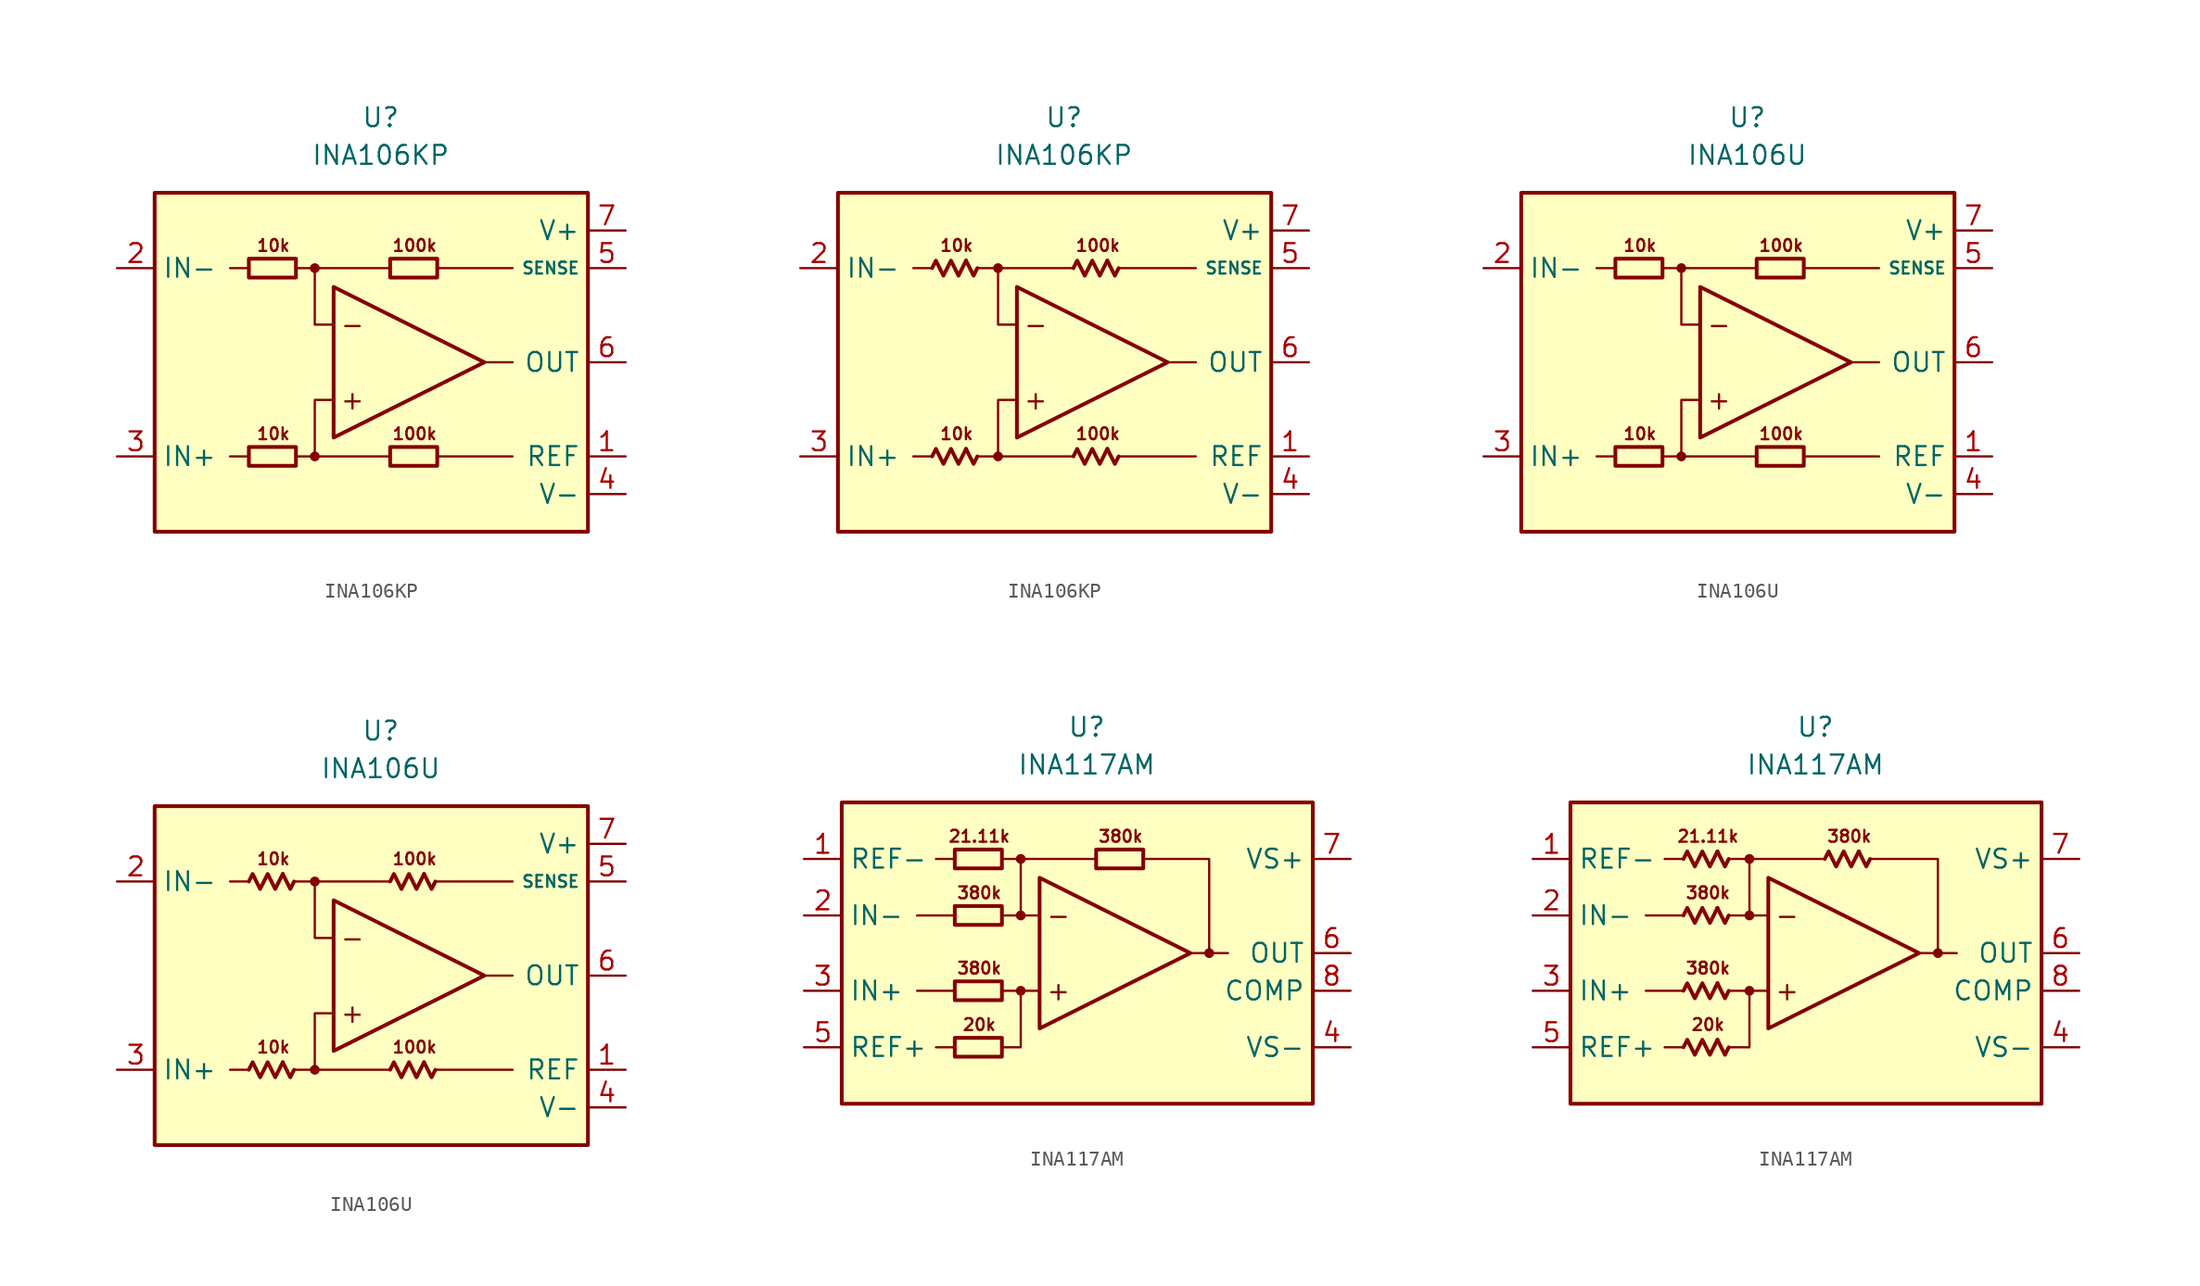
<source format=kicad_sym>
(kicad_symbol_lib
  (version 20231120)
  (generator "kicad_symbol_editor")
  (generator_version "8.0")
  (symbol "INA106KP"
    (property "Reference" "U"
      (at 0 16.51 0)
      (effects (font (size 1.27 1.27))))
    (property "Value" "INA106KP"
      (at 0 13.97 0)
      (effects (font (size 1.27 1.27))))
    (symbol "INA106KP_0_0"
      (rectangle (start -15.24 11.43) (end 13.97 -11.43) (stroke (width 0.254) (type default)) (fill (type background)))
      (circle (center -4.445 -6.35) (radius 0.254) (stroke (width 0.152) (type default)) (fill (type outline)))
      (circle (center -4.445 6.35) (radius 0.254) (stroke (width 0.152) (type default)) (fill (type outline)))
      (polyline (pts (xy -8.89 -6.35) (xy -10.16 -6.35)) (stroke (width 0.152) (type default)) (fill (type none)))
      (polyline (pts (xy -8.89 6.35) (xy -10.16 6.35)) (stroke (width 0.152) (type default)) (fill (type none)))
      (polyline (pts (xy -4.445 6.35) (xy 0.635 6.35)) (stroke (width 0.152) (type default)) (fill (type none)))
      (polyline (pts (xy 0.635 -6.35) (xy -4.445 -6.35)) (stroke (width 0.152) (type default)) (fill (type none)))
      (polyline (pts (xy 3.81 -6.35) (xy 8.89 -6.35)) (stroke (width 0.152) (type default)) (fill (type none)))
      (polyline (pts (xy 3.81 6.35) (xy 8.89 6.35)) (stroke (width 0.152) (type default)) (fill (type none)))
      (polyline (pts (xy 8.89 0) (xy 6.985 0)) (stroke (width 0.152) (type default)) (fill (type none)))
      (polyline (pts (xy -5.715 -6.35) (xy -4.445 -6.35) (xy -4.445 -2.54) (xy -3.175 -2.54)) (stroke (width 0.152) (type default)) (fill (type none)))
      (polyline (pts (xy -3.175 2.54) (xy -4.445 2.54) (xy -4.445 6.35) (xy -5.715 6.35)) (stroke (width 0.152) (type default)) (fill (type none)))
      (polyline (pts (xy -3.175 5.08) (xy -3.175 -5.08) (xy 6.985 0) (xy -3.175 5.08)) (stroke (width 0.254) (type default)) (fill (type none)))
      (text "+" (at -1.905 -2.54 0) (effects (font (size 1.27 1.27))))
      (text "-" (at -1.905 2.54 0) (effects (font (size 1.27 1.27))))
      (text "100k" (at 2.286 -4.826 0) (effects (font (size 0.8 0.8))))
      (text "100k" (at 2.286 7.874 0) (effects (font (size 0.8 0.8))))
      (text "10k" (at -7.239 -4.826 0) (effects (font (size 0.8 0.8))))
      (text "10k" (at -7.239 7.874 0) (effects (font (size 0.8 0.8)))))
    (symbol "INA106KP_0_1"
      (rectangle (start -8.89 -5.715) (end -5.715 -6.985) (stroke (width 0.254) (type default)) (fill (type none)))
      (rectangle (start -8.89 6.985) (end -5.715 5.715) (stroke (width 0.254) (type default)) (fill (type none)))
      (rectangle (start 0.635 -5.715) (end 3.81 -6.985) (stroke (width 0.254) (type default)) (fill (type none)))
      (rectangle (start 0.635 6.985) (end 3.81 5.715) (stroke (width 0.254) (type default)) (fill (type none))))
    (symbol "INA106KP_0_2"
      (polyline (pts (xy -6.604 -5.842) (xy -6.096 -6.858) (xy -5.842 -6.35)) (stroke (width 0.254) (type default)) (fill (type none)))
      (polyline (pts (xy -6.604 6.858) (xy -6.096 5.842) (xy -5.842 6.35)) (stroke (width 0.254) (type default)) (fill (type none)))
      (polyline (pts (xy 2.921 -5.842) (xy 3.429 -6.858) (xy 3.683 -6.35)) (stroke (width 0.254) (type default)) (fill (type none)))
      (polyline (pts (xy 2.921 6.858) (xy 3.429 5.842) (xy 3.683 6.35)) (stroke (width 0.254) (type default)) (fill (type none)))
      (polyline (pts (xy -8.89 -6.35) (xy -8.636 -5.842) (xy -8.128 -6.858) (xy -7.62 -5.842) (xy -7.112 -6.858) (xy -6.604 -5.842)) (stroke (width 0.254) (type default)) (fill (type none)))
      (polyline (pts (xy -8.89 6.35) (xy -8.636 6.858) (xy -8.128 5.842) (xy -7.62 6.858) (xy -7.112 5.842) (xy -6.604 6.858)) (stroke (width 0.254) (type default)) (fill (type none)))
      (polyline (pts (xy 0.635 -6.35) (xy 0.889 -5.842) (xy 1.397 -6.858) (xy 1.905 -5.842) (xy 2.413 -6.858) (xy 2.921 -5.842)) (stroke (width 0.254) (type default)) (fill (type none)))
      (polyline (pts (xy 0.635 6.35) (xy 0.889 6.858) (xy 1.397 5.842) (xy 1.905 6.858) (xy 2.413 5.842) (xy 2.921 6.858)) (stroke (width 0.254) (type default)) (fill (type none))))
    (symbol "INA106KP_1_1"
      (pin input line (at 16.51 -6.35 180) (length 2.54) (name "REF" (effects (font (size 1.27 1.27)))) (number "1" (effects (font (size 1.27 1.27)))))
      (pin input line (at -17.78 6.35 0) (length 2.54) (name "IN-" (effects (font (size 1.27 1.27)))) (number "2" (effects (font (size 1.27 1.27)))))
      (pin input line (at -17.78 -6.35 0) (length 2.54) (name "IN+" (effects (font (size 1.27 1.27)))) (number "3" (effects (font (size 1.27 1.27)))))
      (pin power_in line (at 16.51 -8.89 180) (length 2.54) (name "V-" (effects (font (size 1.27 1.27)))) (number "4" (effects (font (size 1.27 1.27)))))
      (pin input line (at 16.51 6.35 180) (length 2.54) (name "SENSE" (effects (font (size 0.8 0.8)))) (number "5" (effects (font (size 1.27 1.27)))))
      (pin output line (at 16.51 0 180) (length 2.54) (name "OUT" (effects (font (size 1.27 1.27)))) (number "6" (effects (font (size 1.27 1.27)))))
      (pin power_in line (at 16.51 8.89 180) (length 2.54) (name "V+" (effects (font (size 1.27 1.27)))) (number "7" (effects (font (size 1.27 1.27)))))
      (pin free line (at -10.16 0 0) (length 2.54) hide (name "NC" (effects (font (size 1.27 1.27)))) (number "8" (effects (font (size 1.27 1.27))))))
    (symbol "INA106KP_1_2"
      (pin input line (at 16.51 -6.35 180) (length 2.54) (name "REF" (effects (font (size 1.27 1.27)))) (number "1" (effects (font (size 1.27 1.27)))))
      (pin input line (at -17.78 6.35 0) (length 2.54) (name "IN-" (effects (font (size 1.27 1.27)))) (number "2" (effects (font (size 1.27 1.27)))))
      (pin input line (at -17.78 -6.35 0) (length 2.54) (name "IN+" (effects (font (size 1.27 1.27)))) (number "3" (effects (font (size 1.27 1.27)))))
      (pin power_in line (at 16.51 -8.89 180) (length 2.54) (name "V-" (effects (font (size 1.27 1.27)))) (number "4" (effects (font (size 1.27 1.27)))))
      (pin input line (at 16.51 6.35 180) (length 2.54) (name "SENSE" (effects (font (size 0.8 0.8)))) (number "5" (effects (font (size 1.27 1.27)))))
      (pin output line (at 16.51 0 180) (length 2.54) (name "OUT" (effects (font (size 1.27 1.27)))) (number "6" (effects (font (size 1.27 1.27)))))
      (pin power_in line (at 16.51 8.89 180) (length 2.54) (name "V+" (effects (font (size 1.27 1.27)))) (number "7" (effects (font (size 1.27 1.27)))))
      (pin free line (at -10.16 0 0) (length 2.54) hide (name "NC" (effects (font (size 1.27 1.27)))) (number "8" (effects (font (size 1.27 1.27)))))))
  (symbol "INA106U"
    (property "Reference" "U"
      (at 0 16.51 0)
      (effects (font (size 1.27 1.27))))
    (property "Value" "INA106U"
      (at 0 13.97 0)
      (effects (font (size 1.27 1.27))))
    (symbol "INA106U_0_0"
      (rectangle (start -15.24 11.43) (end 13.97 -11.43) (stroke (width 0.254) (type default)) (fill (type background)))
      (circle (center -4.445 -6.35) (radius 0.254) (stroke (width 0.152) (type default)) (fill (type outline)))
      (circle (center -4.445 6.35) (radius 0.254) (stroke (width 0.152) (type default)) (fill (type outline)))
      (polyline (pts (xy -8.89 -6.35) (xy -10.16 -6.35)) (stroke (width 0.152) (type default)) (fill (type none)))
      (polyline (pts (xy -8.89 6.35) (xy -10.16 6.35)) (stroke (width 0.152) (type default)) (fill (type none)))
      (polyline (pts (xy -4.445 6.35) (xy 0.635 6.35)) (stroke (width 0.152) (type default)) (fill (type none)))
      (polyline (pts (xy 0.635 -6.35) (xy -4.445 -6.35)) (stroke (width 0.152) (type default)) (fill (type none)))
      (polyline (pts (xy 3.81 -6.35) (xy 8.89 -6.35)) (stroke (width 0.152) (type default)) (fill (type none)))
      (polyline (pts (xy 3.81 6.35) (xy 8.89 6.35)) (stroke (width 0.152) (type default)) (fill (type none)))
      (polyline (pts (xy 8.89 0) (xy 6.985 0)) (stroke (width 0.152) (type default)) (fill (type none)))
      (polyline (pts (xy -5.715 -6.35) (xy -4.445 -6.35) (xy -4.445 -2.54) (xy -3.175 -2.54)) (stroke (width 0.152) (type default)) (fill (type none)))
      (polyline (pts (xy -3.175 2.54) (xy -4.445 2.54) (xy -4.445 6.35) (xy -5.715 6.35)) (stroke (width 0.152) (type default)) (fill (type none)))
      (polyline (pts (xy -3.175 5.08) (xy -3.175 -5.08) (xy 6.985 0) (xy -3.175 5.08)) (stroke (width 0.254) (type default)) (fill (type none)))
      (text "+" (at -1.905 -2.54 0) (effects (font (size 1.27 1.27))))
      (text "-" (at -1.905 2.54 0) (effects (font (size 1.27 1.27))))
      (text "100k" (at 2.286 -4.826 0) (effects (font (size 0.8 0.8))))
      (text "100k" (at 2.286 7.874 0) (effects (font (size 0.8 0.8))))
      (text "10k" (at -7.239 -4.826 0) (effects (font (size 0.8 0.8))))
      (text "10k" (at -7.239 7.874 0) (effects (font (size 0.8 0.8)))))
    (symbol "INA106U_0_1"
      (rectangle (start -8.89 -5.715) (end -5.715 -6.985) (stroke (width 0.254) (type default)) (fill (type none)))
      (rectangle (start -8.89 6.985) (end -5.715 5.715) (stroke (width 0.254) (type default)) (fill (type none)))
      (rectangle (start 0.635 -5.715) (end 3.81 -6.985) (stroke (width 0.254) (type default)) (fill (type none)))
      (rectangle (start 0.635 6.985) (end 3.81 5.715) (stroke (width 0.254) (type default)) (fill (type none))))
    (symbol "INA106U_0_2"
      (polyline (pts (xy -6.604 -5.842) (xy -6.096 -6.858) (xy -5.842 -6.35)) (stroke (width 0.254) (type default)) (fill (type none)))
      (polyline (pts (xy -6.604 6.858) (xy -6.096 5.842) (xy -5.842 6.35)) (stroke (width 0.254) (type default)) (fill (type none)))
      (polyline (pts (xy 2.921 -5.842) (xy 3.429 -6.858) (xy 3.683 -6.35)) (stroke (width 0.254) (type default)) (fill (type none)))
      (polyline (pts (xy 2.921 6.858) (xy 3.429 5.842) (xy 3.683 6.35)) (stroke (width 0.254) (type default)) (fill (type none)))
      (polyline (pts (xy -8.89 -6.35) (xy -8.636 -5.842) (xy -8.128 -6.858) (xy -7.62 -5.842) (xy -7.112 -6.858) (xy -6.604 -5.842)) (stroke (width 0.254) (type default)) (fill (type none)))
      (polyline (pts (xy -8.89 6.35) (xy -8.636 6.858) (xy -8.128 5.842) (xy -7.62 6.858) (xy -7.112 5.842) (xy -6.604 6.858)) (stroke (width 0.254) (type default)) (fill (type none)))
      (polyline (pts (xy 0.635 -6.35) (xy 0.889 -5.842) (xy 1.397 -6.858) (xy 1.905 -5.842) (xy 2.413 -6.858) (xy 2.921 -5.842)) (stroke (width 0.254) (type default)) (fill (type none)))
      (polyline (pts (xy 0.635 6.35) (xy 0.889 6.858) (xy 1.397 5.842) (xy 1.905 6.858) (xy 2.413 5.842) (xy 2.921 6.858)) (stroke (width 0.254) (type default)) (fill (type none))))
    (symbol "INA106U_1_1"
      (pin input line (at 16.51 -6.35 180) (length 2.54) (name "REF" (effects (font (size 1.27 1.27)))) (number "1" (effects (font (size 1.27 1.27)))))
      (pin input line (at -17.78 6.35 0) (length 2.54) (name "IN-" (effects (font (size 1.27 1.27)))) (number "2" (effects (font (size 1.27 1.27)))))
      (pin input line (at -17.78 -6.35 0) (length 2.54) (name "IN+" (effects (font (size 1.27 1.27)))) (number "3" (effects (font (size 1.27 1.27)))))
      (pin power_in line (at 16.51 -8.89 180) (length 2.54) (name "V-" (effects (font (size 1.27 1.27)))) (number "4" (effects (font (size 1.27 1.27)))))
      (pin input line (at 16.51 6.35 180) (length 2.54) (name "SENSE" (effects (font (size 0.8 0.8)))) (number "5" (effects (font (size 1.27 1.27)))))
      (pin output line (at 16.51 0 180) (length 2.54) (name "OUT" (effects (font (size 1.27 1.27)))) (number "6" (effects (font (size 1.27 1.27)))))
      (pin power_in line (at 16.51 8.89 180) (length 2.54) (name "V+" (effects (font (size 1.27 1.27)))) (number "7" (effects (font (size 1.27 1.27)))))
      (pin free line (at -10.16 0 0) (length 2.54) hide (name "NC" (effects (font (size 1.27 1.27)))) (number "8" (effects (font (size 1.27 1.27))))))
    (symbol "INA106U_1_2"
      (pin input line (at 16.51 -6.35 180) (length 2.54) (name "REF" (effects (font (size 1.27 1.27)))) (number "1" (effects (font (size 1.27 1.27)))))
      (pin input line (at -17.78 6.35 0) (length 2.54) (name "IN-" (effects (font (size 1.27 1.27)))) (number "2" (effects (font (size 1.27 1.27)))))
      (pin input line (at -17.78 -6.35 0) (length 2.54) (name "IN+" (effects (font (size 1.27 1.27)))) (number "3" (effects (font (size 1.27 1.27)))))
      (pin power_in line (at 16.51 -8.89 180) (length 2.54) (name "V-" (effects (font (size 1.27 1.27)))) (number "4" (effects (font (size 1.27 1.27)))))
      (pin input line (at 16.51 6.35 180) (length 2.54) (name "SENSE" (effects (font (size 0.8 0.8)))) (number "5" (effects (font (size 1.27 1.27)))))
      (pin output line (at 16.51 0 180) (length 2.54) (name "OUT" (effects (font (size 1.27 1.27)))) (number "6" (effects (font (size 1.27 1.27)))))
      (pin power_in line (at 16.51 8.89 180) (length 2.54) (name "V+" (effects (font (size 1.27 1.27)))) (number "7" (effects (font (size 1.27 1.27)))))
      (pin free line (at -10.16 0 0) (length 2.54) hide (name "NC" (effects (font (size 1.27 1.27)))) (number "8" (effects (font (size 1.27 1.27)))))))
  (symbol "INA117AM"
    (property "Reference" "U"
      (at 0 15.24 0)
      (effects (font (size 1.27 1.27))))
    (property "Value" "INA117AM"
      (at 0 12.7 0)
      (effects (font (size 1.27 1.27))))
    (symbol "INA117AM_0_0"
      (rectangle (start -16.51 10.16) (end 15.24 -10.16) (stroke (width 0.254) (type default)) (fill (type background)))
      (circle (center -4.445 -2.54) (radius 0.254) (stroke (width 0.152) (type default)) (fill (type outline)))
      (circle (center -4.445 2.54) (radius 0.254) (stroke (width 0.152) (type default)) (fill (type outline)))
      (circle (center -4.445 6.35) (radius 0.254) (stroke (width 0.152) (type default)) (fill (type outline)))
      (polyline (pts (xy -8.89 -6.35) (xy -10.16 -6.35)) (stroke (width 0.152) (type default)) (fill (type none)))
      (polyline (pts (xy -8.89 -2.54) (xy -11.43 -2.54)) (stroke (width 0.152) (type default)) (fill (type none)))
      (polyline (pts (xy -8.89 2.54) (xy -11.43 2.54)) (stroke (width 0.152) (type default)) (fill (type none)))
      (polyline (pts (xy -8.89 6.35) (xy -10.16 6.35)) (stroke (width 0.152) (type default)) (fill (type none)))
      (polyline (pts (xy -5.715 6.35) (xy 0.635 6.35)) (stroke (width 0.152) (type default)) (fill (type none)))
      (polyline (pts (xy -4.445 2.54) (xy -4.445 6.35)) (stroke (width 0.152) (type default)) (fill (type none)))
      (polyline (pts (xy -3.175 -2.54) (xy -5.715 -2.54)) (stroke (width 0.152) (type default)) (fill (type none)))
      (polyline (pts (xy -3.175 2.54) (xy -5.715 2.54)) (stroke (width 0.152) (type default)) (fill (type none)))
      (polyline (pts (xy 8.255 0) (xy 9.525 0)) (stroke (width 0.152) (type default)) (fill (type none)))
      (polyline (pts (xy -5.715 -6.35) (xy -4.445 -6.35) (xy -4.445 -2.54)) (stroke (width 0.152) (type default)) (fill (type none)))
      (polyline (pts (xy -3.175 5.08) (xy -3.175 -5.08) (xy 6.985 0) (xy -3.175 5.08)) (stroke (width 0.254) (type default)) (fill (type none)))
      (polyline (pts (xy 3.81 6.35) (xy 8.255 6.35) (xy 8.255 0) (xy 6.985 0)) (stroke (width 0.152) (type default)) (fill (type none)))
      (circle (center 8.255 0) (radius 0.254) (stroke (width 0.152) (type default)) (fill (type outline)))
      (text "+" (at -1.905 -2.54 0) (effects (font (size 1.27 1.27))))
      (text "-" (at -1.905 2.54 0) (effects (font (size 1.27 1.27))))
      (text "20k" (at -7.239 -4.826 0) (effects (font (size 0.8 0.8))))
      (text "21.11k" (at -7.239 7.874 0) (effects (font (size 0.8 0.8))))
      (text "380k" (at -7.239 -1.016 0) (effects (font (size 0.8 0.8))))
      (text "380k" (at -7.239 4.064 0) (effects (font (size 0.8 0.8))))
      (text "380k" (at 2.286 7.874 0) (effects (font (size 0.8 0.8)))))
    (symbol "INA117AM_0_1"
      (rectangle (start -8.89 -5.715) (end -5.715 -6.985) (stroke (width 0.254) (type default)) (fill (type none)))
      (rectangle (start -8.89 -1.905) (end -5.715 -3.175) (stroke (width 0.254) (type default)) (fill (type none)))
      (rectangle (start -8.89 3.175) (end -5.715 1.905) (stroke (width 0.254) (type default)) (fill (type none)))
      (rectangle (start -8.89 6.985) (end -5.715 5.715) (stroke (width 0.254) (type default)) (fill (type none)))
      (rectangle (start 0.635 6.985) (end 3.81 5.715) (stroke (width 0.254) (type default)) (fill (type none))))
    (symbol "INA117AM_0_2"
      (polyline (pts (xy -6.604 -5.842) (xy -6.096 -6.858) (xy -5.842 -6.35)) (stroke (width 0.254) (type default)) (fill (type none)))
      (polyline (pts (xy -6.604 -2.032) (xy -6.096 -3.048) (xy -5.842 -2.54)) (stroke (width 0.254) (type default)) (fill (type none)))
      (polyline (pts (xy -6.604 3.048) (xy -6.096 2.032) (xy -5.842 2.54)) (stroke (width 0.254) (type default)) (fill (type none)))
      (polyline (pts (xy -6.604 6.858) (xy -6.096 5.842) (xy -5.842 6.35)) (stroke (width 0.254) (type default)) (fill (type none)))
      (polyline (pts (xy 2.921 6.858) (xy 3.429 5.842) (xy 3.683 6.35)) (stroke (width 0.254) (type default)) (fill (type none)))
      (polyline (pts (xy -8.89 -6.35) (xy -8.636 -5.842) (xy -8.128 -6.858) (xy -7.62 -5.842) (xy -7.112 -6.858) (xy -6.604 -5.842)) (stroke (width 0.254) (type default)) (fill (type none)))
      (polyline (pts (xy -8.89 -2.54) (xy -8.636 -2.032) (xy -8.128 -3.048) (xy -7.62 -2.032) (xy -7.112 -3.048) (xy -6.604 -2.032)) (stroke (width 0.254) (type default)) (fill (type none)))
      (polyline (pts (xy -8.89 2.54) (xy -8.636 3.048) (xy -8.128 2.032) (xy -7.62 3.048) (xy -7.112 2.032) (xy -6.604 3.048)) (stroke (width 0.254) (type default)) (fill (type none)))
      (polyline (pts (xy -8.89 6.35) (xy -8.636 6.858) (xy -8.128 5.842) (xy -7.62 6.858) (xy -7.112 5.842) (xy -6.604 6.858)) (stroke (width 0.254) (type default)) (fill (type none)))
      (polyline (pts (xy 0.635 6.35) (xy 0.889 6.858) (xy 1.397 5.842) (xy 1.905 6.858) (xy 2.413 5.842) (xy 2.921 6.858)) (stroke (width 0.254) (type default)) (fill (type none))))
    (symbol "INA117AM_1_1"
      (pin input line (at -19.05 6.35 0) (length 2.54) (name "REF-" (effects (font (size 1.27 1.27)))) (number "1" (effects (font (size 1.27 1.27)))))
      (pin input line (at -19.05 2.54 0) (length 2.54) (name "IN-" (effects (font (size 1.27 1.27)))) (number "2" (effects (font (size 1.27 1.27)))))
      (pin input line (at -19.05 -2.54 0) (length 2.54) (name "IN+" (effects (font (size 1.27 1.27)))) (number "3" (effects (font (size 1.27 1.27)))))
      (pin power_in line (at 17.78 -6.35 180) (length 2.54) (name "VS-" (effects (font (size 1.27 1.27)))) (number "4" (effects (font (size 1.27 1.27)))))
      (pin input line (at -19.05 -6.35 0) (length 2.54) (name "REF+" (effects (font (size 1.27 1.27)))) (number "5" (effects (font (size 1.27 1.27)))))
      (pin output line (at 17.78 0 180) (length 2.54) (name "OUT" (effects (font (size 1.27 1.27)))) (number "6" (effects (font (size 1.27 1.27)))))
      (pin power_in line (at 17.78 6.35 180) (length 2.54) (name "VS+" (effects (font (size 1.27 1.27)))) (number "7" (effects (font (size 1.27 1.27)))))
      (pin passive line (at 17.78 -2.54 180) (length 2.54) (name "COMP" (effects (font (size 1.27 1.27)))) (number "8" (effects (font (size 1.27 1.27))))))
    (symbol "INA117AM_1_2"
      (pin input line (at -19.05 6.35 0) (length 2.54) (name "REF-" (effects (font (size 1.27 1.27)))) (number "1" (effects (font (size 1.27 1.27)))))
      (pin input line (at -19.05 2.54 0) (length 2.54) (name "IN-" (effects (font (size 1.27 1.27)))) (number "2" (effects (font (size 1.27 1.27)))))
      (pin input line (at -19.05 -2.54 0) (length 2.54) (name "IN+" (effects (font (size 1.27 1.27)))) (number "3" (effects (font (size 1.27 1.27)))))
      (pin power_in line (at 17.78 -6.35 180) (length 2.54) (name "VS-" (effects (font (size 1.27 1.27)))) (number "4" (effects (font (size 1.27 1.27)))))
      (pin input line (at -19.05 -6.35 0) (length 2.54) (name "REF+" (effects (font (size 1.27 1.27)))) (number "5" (effects (font (size 1.27 1.27)))))
      (pin output line (at 17.78 0 180) (length 2.54) (name "OUT" (effects (font (size 1.27 1.27)))) (number "6" (effects (font (size 1.27 1.27)))))
      (pin power_in line (at 17.78 6.35 180) (length 2.54) (name "VS+" (effects (font (size 1.27 1.27)))) (number "7" (effects (font (size 1.27 1.27)))))
      (pin passive line (at 17.78 -2.54 180) (length 2.54) (name "COMP" (effects (font (size 1.27 1.27)))) (number "8" (effects (font (size 1.27 1.27))))))))
</source>
